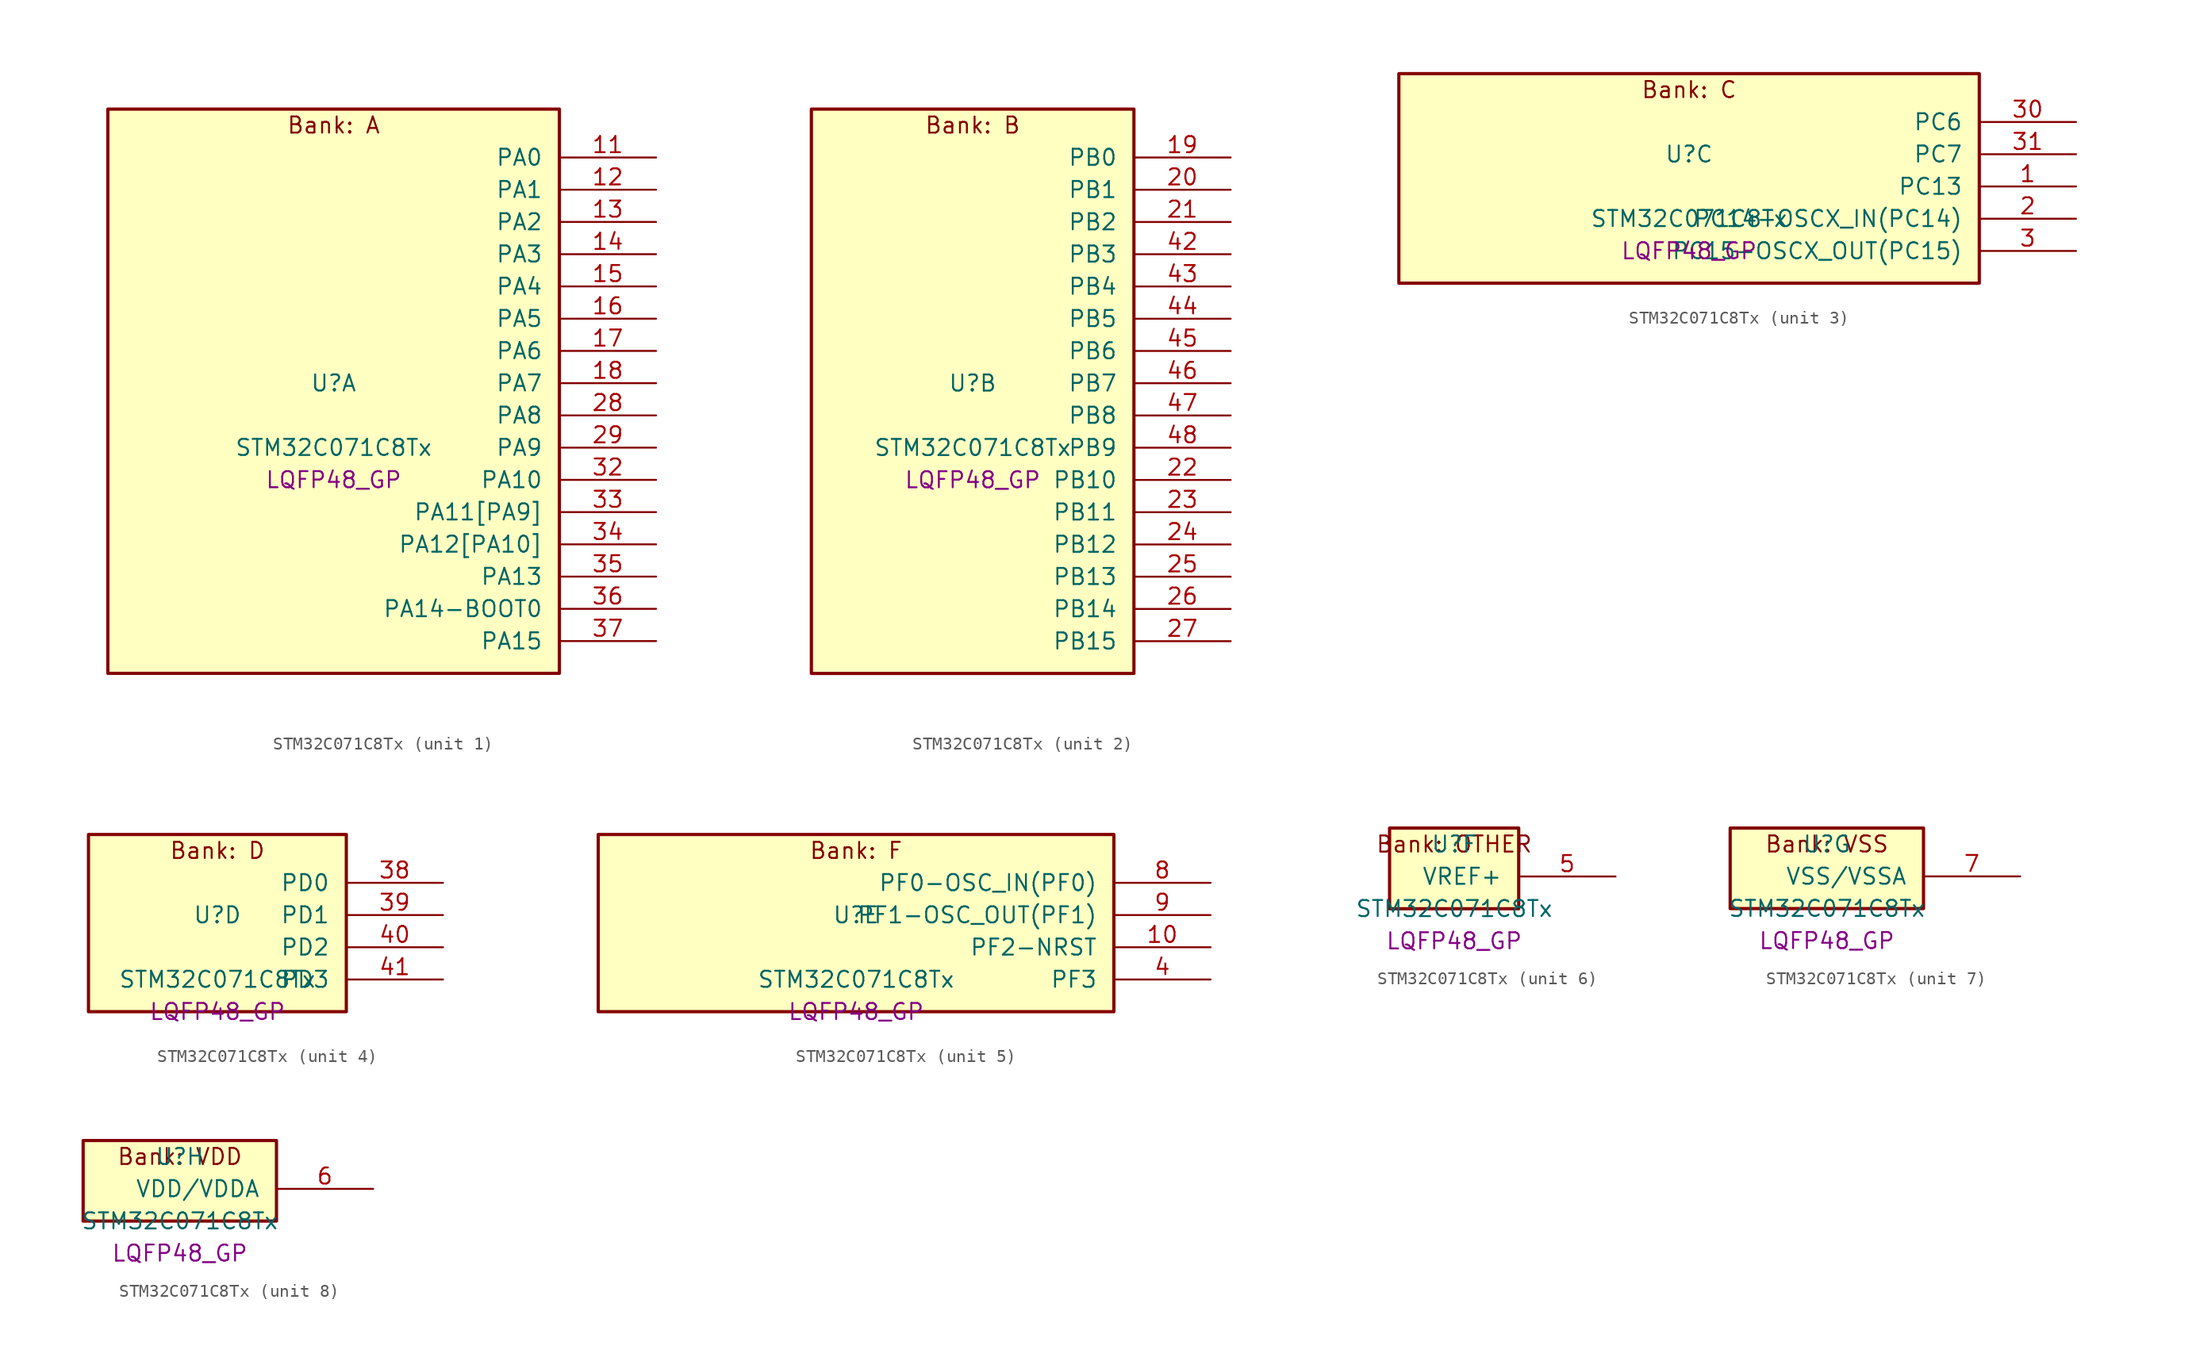
<source format=kicad_sym>
(kicad_symbol_lib
  (version 20241209)
  (generator "stm32_pkl_generator")
  (generator_version "1.0")
  (symbol "STM32C071C8Tx"
    (pin_names
      (offset 1.27))
    (property "Reference" "U"
      (at 0 2.54 0))
    (property "Value" "STM32C071C8Tx"
      (at 0 -2.54 0))
    (property "Footprint" "LQFP48_GP"
      (at 0 -5.08 0))
    (symbol "STM32C071C8Tx_1_1"
      (rectangle (start -17.78 24.13) (end 17.78 -20.32) (stroke (width 0.254) (type solid)) (fill (type background)))
      (text "Bank: A" (at 0 22.86 0))
      (pin bidirectional line (at 25.4 20.32 180) (length 7.62) (name "PA0") (number "11") (alternate "PA0/ADC1_IN0" bidirectional line) (alternate "PA0/PWR_WKUP1" bidirectional line) (alternate "PA0/SPI2_SCK" bidirectional line) (alternate "PA0/TIM16_CH1" bidirectional line) (alternate "PA0/TIM1_CH1" bidirectional line) (alternate "PA0/TIM2_CH1" bidirectional line) (alternate "PA0/TIM2_ETR" bidirectional line) (alternate "PA0/USART1_TX" bidirectional line) (alternate "PA0/USART2_CTS" bidirectional line) (alternate "PA0/USART2_NSS" bidirectional line))
      (pin bidirectional line (at 25.4 17.78 180) (length 7.62) (name "PA1") (number "12") (alternate "PA1/ADC1_IN1" bidirectional line) (alternate "PA1/I2C1_SMBA" bidirectional line) (alternate "PA1/I2S1_CK" bidirectional line) (alternate "PA1/SPI1_SCK" bidirectional line) (alternate "PA1/TIM17_CH1" bidirectional line) (alternate "PA1/TIM1_CH2" bidirectional line) (alternate "PA1/TIM2_CH2" bidirectional line) (alternate "PA1/USART1_RX" bidirectional line) (alternate "PA1/USART2_CK" bidirectional line) (alternate "PA1/USART2_DE" bidirectional line) (alternate "PA1/USART2_RTS" bidirectional line))
      (pin bidirectional line (at 25.4 15.24 180) (length 7.62) (name "PA2") (number "13") (alternate "PA2/ADC1_IN2" bidirectional line) (alternate "PA2/I2S1_SD" bidirectional line) (alternate "PA2/PWR_WKUP4" bidirectional line) (alternate "PA2/RCC_LSCO" bidirectional line) (alternate "PA2/SPI1_MOSI" bidirectional line) (alternate "PA2/TIM16_CH1N" bidirectional line) (alternate "PA2/TIM1_CH3" bidirectional line) (alternate "PA2/TIM2_CH3" bidirectional line) (alternate "PA2/TIM3_ETR" bidirectional line) (alternate "PA2/USART2_TX" bidirectional line))
      (pin bidirectional line (at 25.4 12.7 180) (length 7.62) (name "PA3") (number "14") (alternate "PA3/ADC1_IN3" bidirectional line) (alternate "PA3/SPI2_MISO" bidirectional line) (alternate "PA3/TIM1_CH1N" bidirectional line) (alternate "PA3/TIM1_CH4" bidirectional line) (alternate "PA3/TIM2_CH4" bidirectional line) (alternate "PA3/USART2_RX" bidirectional line))
      (pin bidirectional line (at 25.4 10.16 180) (length 7.62) (name "PA4") (number "15") (alternate "PA4/ADC1_IN4" bidirectional line) (alternate "PA4/I2S1_WS" bidirectional line) (alternate "PA4/RTC_OUT2" bidirectional line) (alternate "PA4/SPI1_NSS" bidirectional line) (alternate "PA4/SPI2_MOSI" bidirectional line) (alternate "PA4/TIM14_CH1" bidirectional line) (alternate "PA4/TIM17_CH1N" bidirectional line) (alternate "PA4/TIM1_CH2N" bidirectional line) (alternate "PA4/USART2_TX" bidirectional line) (alternate "PA4/USB_NOE" bidirectional line))
      (pin bidirectional line (at 25.4 7.62 180) (length 7.62) (name "PA5") (number "16") (alternate "PA5/ADC1_IN5" bidirectional line) (alternate "PA5/I2S1_CK" bidirectional line) (alternate "PA5/SPI1_SCK" bidirectional line) (alternate "PA5/TIM1_CH1" bidirectional line) (alternate "PA5/TIM1_CH3N" bidirectional line) (alternate "PA5/TIM2_CH1" bidirectional line) (alternate "PA5/TIM2_ETR" bidirectional line) (alternate "PA5/USART2_RX" bidirectional line))
      (pin bidirectional line (at 25.4 5.08 180) (length 7.62) (name "PA6") (number "17") (alternate "PA6/ADC1_IN6" bidirectional line) (alternate "PA6/I2C2_SDA" bidirectional line) (alternate "PA6/I2S1_MCK" bidirectional line) (alternate "PA6/SPI1_MISO" bidirectional line) (alternate "PA6/TIM16_CH1" bidirectional line) (alternate "PA6/TIM1_BKIN" bidirectional line) (alternate "PA6/TIM3_CH1" bidirectional line))
      (pin bidirectional line (at 25.4 2.54 180) (length 7.62) (name "PA7") (number "18") (alternate "PA7/ADC1_IN7" bidirectional line) (alternate "PA7/I2C2_SCL" bidirectional line) (alternate "PA7/I2S1_SD" bidirectional line) (alternate "PA7/SPI1_MOSI" bidirectional line) (alternate "PA7/TIM14_CH1" bidirectional line) (alternate "PA7/TIM17_CH1" bidirectional line) (alternate "PA7/TIM1_CH1N" bidirectional line) (alternate "PA7/TIM3_CH2" bidirectional line))
      (pin bidirectional line (at 25.4 0 180) (length 7.62) (name "PA8") (number "28") (alternate "PA8/ADC1_IN8" bidirectional line) (alternate "PA8/CRS_SYNC" bidirectional line) (alternate "PA8/I2S1_WS" bidirectional line) (alternate "PA8/RCC_MCO" bidirectional line) (alternate "PA8/RCC_MCO_2" bidirectional line) (alternate "PA8/SPI1_NSS" bidirectional line) (alternate "PA8/SPI2_MISO" bidirectional line) (alternate "PA8/SPI2_NSS" bidirectional line) (alternate "PA8/TIM14_CH1" bidirectional line) (alternate "PA8/TIM1_CH1" bidirectional line) (alternate "PA8/TIM1_CH2N" bidirectional line) (alternate "PA8/TIM1_CH3N" bidirectional line) (alternate "PA8/TIM3_CH3" bidirectional line) (alternate "PA8/TIM3_CH4" bidirectional line) (alternate "PA8/USART1_RX" bidirectional line) (alternate "PA8/USART2_TX" bidirectional line))
      (pin bidirectional line (at 25.4 -2.54 180) (length 7.62) (name "PA9") (number "29") (alternate "PA9/I2C1_SCL" bidirectional line) (alternate "PA9/I2C2_SCL" bidirectional line) (alternate "PA9/RCC_MCO" bidirectional line) (alternate "PA9/SPI2_MISO" bidirectional line) (alternate "PA9/TIM1_CH2" bidirectional line) (alternate "PA9/TIM3_ETR" bidirectional line) (alternate "PA9/USART1_TX" bidirectional line) (alternate "PA9/NC" bidirectional line))
      (pin bidirectional line (at 25.4 -5.08 180) (length 7.62) (name "PA10") (number "32") (alternate "PA10/I2C1_SDA" bidirectional line) (alternate "PA10/I2C2_SDA" bidirectional line) (alternate "PA10/RCC_MCO_2" bidirectional line) (alternate "PA10/SPI2_MOSI" bidirectional line) (alternate "PA10/TIM17_BKIN" bidirectional line) (alternate "PA10/TIM1_CH3" bidirectional line) (alternate "PA10/USART1_RX" bidirectional line) (alternate "PA10/NC" bidirectional line))
      (pin bidirectional line (at 25.4 -7.62 180) (length 7.62) (name "PA11[PA9]") (number "33") (alternate "PA11[PA9]/ADC1_EXTI11" bidirectional line) (alternate "PA11[PA9]/I2C2_SCL" bidirectional line) (alternate "PA11[PA9]/I2S1_MCK" bidirectional line) (alternate "PA11[PA9]/SPI1_MISO" bidirectional line) (alternate "PA11[PA9]/TIM1_BKIN2" bidirectional line) (alternate "PA11[PA9]/TIM1_CH4" bidirectional line) (alternate "PA11[PA9]/USART1_CTS" bidirectional line) (alternate "PA11[PA9]/USART1_NSS" bidirectional line) (alternate "PA11[PA9]/USB_DM" bidirectional line) (alternate "PA11[PA9]/PA9[PA11]" bidirectional line) (alternate "PA11[PA9]/I2C1_SCL" bidirectional line) (alternate "PA11[PA9]/RCC_MCO" bidirectional line) (alternate "PA11[PA9]/SPI2_MISO" bidirectional line) (alternate "PA11[PA9]/TIM1_CH2" bidirectional line) (alternate "PA11[PA9]/TIM3_ETR" bidirectional line) (alternate "PA11[PA9]/USART1_TX" bidirectional line))
      (pin bidirectional line (at 25.4 -10.16 180) (length 7.62) (name "PA12[PA10]") (number "34") (alternate "PA12[PA10]/I2C2_SDA" bidirectional line) (alternate "PA12[PA10]/I2S1_SD" bidirectional line) (alternate "PA12[PA10]/I2S_CKIN" bidirectional line) (alternate "PA12[PA10]/SPI1_MOSI" bidirectional line) (alternate "PA12[PA10]/TIM1_ETR" bidirectional line) (alternate "PA12[PA10]/USART1_CK" bidirectional line) (alternate "PA12[PA10]/USART1_DE" bidirectional line) (alternate "PA12[PA10]/USART1_RTS" bidirectional line) (alternate "PA12[PA10]/USB_DP" bidirectional line) (alternate "PA12[PA10]/PA10[PA12]" bidirectional line) (alternate "PA12[PA10]/I2C1_SDA" bidirectional line) (alternate "PA12[PA10]/RCC_MCO_2" bidirectional line) (alternate "PA12[PA10]/SPI2_MOSI" bidirectional line) (alternate "PA12[PA10]/TIM17_BKIN" bidirectional line) (alternate "PA12[PA10]/TIM1_CH3" bidirectional line) (alternate "PA12[PA10]/USART1_RX" bidirectional line))
      (pin bidirectional line (at 25.4 -12.7 180) (length 7.62) (name "PA13") (number "35") (alternate "PA13/ADC1_IN13" bidirectional line) (alternate "PA13/DEBUG_SWDIO" bidirectional line) (alternate "PA13/IR_OUT" bidirectional line) (alternate "PA13/TIM3_ETR" bidirectional line) (alternate "PA13/USART2_RX" bidirectional line) (alternate "PA13/USB_NOE" bidirectional line))
      (pin bidirectional line (at 25.4 -15.24 180) (length 7.62) (name "PA14-BOOT0") (number "36") (alternate "PA14-BOOT0/ADC1_IN14" bidirectional line) (alternate "PA14-BOOT0/DEBUG_SWCLK" bidirectional line) (alternate "PA14-BOOT0/I2S1_WS" bidirectional line) (alternate "PA14-BOOT0/RCC_MCO_2" bidirectional line) (alternate "PA14-BOOT0/SPI1_NSS" bidirectional line) (alternate "PA14-BOOT0/TIM1_CH1" bidirectional line) (alternate "PA14-BOOT0/USART1_CK" bidirectional line) (alternate "PA14-BOOT0/USART1_DE" bidirectional line) (alternate "PA14-BOOT0/USART1_RTS" bidirectional line) (alternate "PA14-BOOT0/USART2_RX" bidirectional line) (alternate "PA14-BOOT0/USART2_TX" bidirectional line))
      (pin bidirectional line (at 25.4 -17.78 180) (length 7.62) (name "PA15") (number "37") (alternate "PA15/I2S1_WS" bidirectional line) (alternate "PA15/RCC_MCO_2" bidirectional line) (alternate "PA15/SPI1_NSS" bidirectional line) (alternate "PA15/TIM1_CH1" bidirectional line) (alternate "PA15/TIM2_CH1" bidirectional line) (alternate "PA15/TIM2_ETR" bidirectional line) (alternate "PA15/USART1_CK" bidirectional line) (alternate "PA15/USART1_DE" bidirectional line) (alternate "PA15/USART1_RTS" bidirectional line) (alternate "PA15/USART2_RX" bidirectional line) (alternate "PA15/USB_NOE" bidirectional line)))
    (symbol "STM32C071C8Tx_2_1"
      (rectangle (start -12.7 24.13) (end 12.7 -20.32) (stroke (width 0.254) (type solid)) (fill (type background)))
      (text "Bank: B" (at 0 22.86 0))
      (pin bidirectional line (at 20.32 20.32 180) (length 7.62) (name "PB0") (number "19") (alternate "PB0/ADC1_IN17" bidirectional line) (alternate "PB0/I2S1_WS" bidirectional line) (alternate "PB0/SPI1_NSS" bidirectional line) (alternate "PB0/TIM1_CH2N" bidirectional line) (alternate "PB0/TIM3_CH3" bidirectional line))
      (pin bidirectional line (at 20.32 17.78 180) (length 7.62) (name "PB1") (number "20") (alternate "PB1/ADC1_IN18" bidirectional line) (alternate "PB1/TIM14_CH1" bidirectional line) (alternate "PB1/TIM1_CH2N" bidirectional line) (alternate "PB1/TIM1_CH3N" bidirectional line) (alternate "PB1/TIM3_CH4" bidirectional line))
      (pin bidirectional line (at 20.32 15.24 180) (length 7.62) (name "PB2") (number "21") (alternate "PB2/ADC1_IN19" bidirectional line) (alternate "PB2/RCC_MCO_2" bidirectional line) (alternate "PB2/SPI2_MISO" bidirectional line) (alternate "PB2/USART1_RX" bidirectional line))
      (pin bidirectional line (at 20.32 12.7 180) (length 7.62) (name "PB3") (number "42") (alternate "PB3/I2C2_SCL" bidirectional line) (alternate "PB3/I2S1_CK" bidirectional line) (alternate "PB3/SPI1_SCK" bidirectional line) (alternate "PB3/TIM1_CH2" bidirectional line) (alternate "PB3/TIM2_CH2" bidirectional line) (alternate "PB3/TIM3_CH2" bidirectional line) (alternate "PB3/USART1_CK" bidirectional line) (alternate "PB3/USART1_DE" bidirectional line) (alternate "PB3/USART1_RTS" bidirectional line))
      (pin bidirectional line (at 20.32 10.16 180) (length 7.62) (name "PB4") (number "43") (alternate "PB4/I2C2_SDA" bidirectional line) (alternate "PB4/I2S1_MCK" bidirectional line) (alternate "PB4/SPI1_MISO" bidirectional line) (alternate "PB4/TIM17_BKIN" bidirectional line) (alternate "PB4/TIM3_CH1" bidirectional line) (alternate "PB4/USART1_CTS" bidirectional line) (alternate "PB4/USART1_NSS" bidirectional line))
      (pin bidirectional line (at 20.32 7.62 180) (length 7.62) (name "PB5") (number "44") (alternate "PB5/I2C1_SMBA" bidirectional line) (alternate "PB5/I2S1_SD" bidirectional line) (alternate "PB5/PWR_WKUP6" bidirectional line) (alternate "PB5/SPI1_MOSI" bidirectional line) (alternate "PB5/TIM16_BKIN" bidirectional line) (alternate "PB5/TIM3_CH2" bidirectional line) (alternate "PB5/TIM3_CH3" bidirectional line))
      (pin bidirectional line (at 20.32 5.08 180) (length 7.62) (name "PB6") (number "45") (alternate "PB6/I2C1_SCL" bidirectional line) (alternate "PB6/I2C1_SMBA" bidirectional line) (alternate "PB6/I2S1_CK" bidirectional line) (alternate "PB6/I2S1_MCK" bidirectional line) (alternate "PB6/I2S1_SD" bidirectional line) (alternate "PB6/PWR_WKUP3" bidirectional line) (alternate "PB6/SPI1_MISO" bidirectional line) (alternate "PB6/SPI1_MOSI" bidirectional line) (alternate "PB6/SPI1_SCK" bidirectional line) (alternate "PB6/SPI2_MISO" bidirectional line) (alternate "PB6/TIM16_BKIN" bidirectional line) (alternate "PB6/TIM16_CH1N" bidirectional line) (alternate "PB6/TIM17_BKIN" bidirectional line) (alternate "PB6/TIM1_CH2" bidirectional line) (alternate "PB6/TIM1_CH3" bidirectional line) (alternate "PB6/TIM3_CH1" bidirectional line) (alternate "PB6/TIM3_CH2" bidirectional line) (alternate "PB6/TIM3_CH3" bidirectional line) (alternate "PB6/USART1_CTS" bidirectional line) (alternate "PB6/USART1_NSS" bidirectional line) (alternate "PB6/USART1_TX" bidirectional line))
      (pin bidirectional line (at 20.32 2.54 180) (length 7.62) (name "PB7") (number "46") (alternate "PB7/I2C1_SCL" bidirectional line) (alternate "PB7/I2C1_SDA" bidirectional line) (alternate "PB7/SPI2_MOSI" bidirectional line) (alternate "PB7/TIM16_CH1" bidirectional line) (alternate "PB7/TIM17_CH1N" bidirectional line) (alternate "PB7/TIM1_CH4" bidirectional line) (alternate "PB7/TIM3_CH1" bidirectional line) (alternate "PB7/TIM3_CH4" bidirectional line) (alternate "PB7/USART1_RX" bidirectional line) (alternate "PB7/USART2_CTS" bidirectional line) (alternate "PB7/USART2_NSS" bidirectional line))
      (pin bidirectional line (at 20.32 0 180) (length 7.62) (name "PB8") (number "47") (alternate "PB8/I2C1_SCL" bidirectional line) (alternate "PB8/SPI2_SCK" bidirectional line) (alternate "PB8/TIM16_CH1" bidirectional line) (alternate "PB8/TIM3_CH1" bidirectional line) (alternate "PB8/USART2_CTS" bidirectional line) (alternate "PB8/USART2_NSS" bidirectional line))
      (pin bidirectional line (at 20.32 -2.54 180) (length 7.62) (name "PB9") (number "48") (alternate "PB9/I2C1_SDA" bidirectional line) (alternate "PB9/IR_OUT" bidirectional line) (alternate "PB9/SPI2_NSS" bidirectional line) (alternate "PB9/TIM17_CH1" bidirectional line) (alternate "PB9/TIM3_CH2" bidirectional line) (alternate "PB9/USART2_CK" bidirectional line) (alternate "PB9/USART2_DE" bidirectional line) (alternate "PB9/USART2_RTS" bidirectional line))
      (pin bidirectional line (at 20.32 -5.08 180) (length 7.62) (name "PB10") (number "22") (alternate "PB10/ADC1_IN20" bidirectional line) (alternate "PB10/I2C2_SCL" bidirectional line) (alternate "PB10/SPI2_SCK" bidirectional line) (alternate "PB10/TIM2_CH3" bidirectional line))
      (pin bidirectional line (at 20.32 -7.62 180) (length 7.62) (name "PB11") (number "23") (alternate "PB11/ADC1_EXTI11" bidirectional line) (alternate "PB11/ADC1_IN21" bidirectional line) (alternate "PB11/I2C2_SDA" bidirectional line) (alternate "PB11/SPI2_MOSI" bidirectional line) (alternate "PB11/TIM2_CH4" bidirectional line))
      (pin bidirectional line (at 20.32 -10.16 180) (length 7.62) (name "PB12") (number "24") (alternate "PB12/ADC1_IN22" bidirectional line) (alternate "PB12/SPI2_NSS" bidirectional line) (alternate "PB12/TIM1_BKIN" bidirectional line) (alternate "PB12/TIM1_BKIN2" bidirectional line))
      (pin bidirectional line (at 20.32 -12.7 180) (length 7.62) (name "PB13") (number "25") (alternate "PB13/I2C2_SCL" bidirectional line) (alternate "PB13/SPI2_SCK" bidirectional line) (alternate "PB13/TIM1_CH1N" bidirectional line))
      (pin bidirectional line (at 20.32 -15.24 180) (length 7.62) (name "PB14") (number "26") (alternate "PB14/I2C2_SDA" bidirectional line) (alternate "PB14/SPI2_MISO" bidirectional line) (alternate "PB14/TIM1_CH2N" bidirectional line))
      (pin bidirectional line (at 20.32 -17.78 180) (length 7.62) (name "PB15") (number "27") (alternate "PB15/RTC_REFIN" bidirectional line) (alternate "PB15/SPI2_MOSI" bidirectional line) (alternate "PB15/TIM1_CH3N" bidirectional line)))
    (symbol "STM32C071C8Tx_3_1"
      (rectangle (start -22.86 8.89) (end 22.86 -7.62) (stroke (width 0.254) (type solid)) (fill (type background)))
      (text "Bank: C" (at 0 7.62 0))
      (pin bidirectional line (at 30.48 5.08 180) (length 7.62) (name "PC6") (number "30") (alternate "PC6/TIM2_CH3" bidirectional line) (alternate "PC6/TIM3_CH1" bidirectional line))
      (pin bidirectional line (at 30.48 2.54 180) (length 7.62) (name "PC7") (number "31") (alternate "PC7/TIM2_CH4" bidirectional line) (alternate "PC7/TIM3_CH2" bidirectional line))
      (pin bidirectional line (at 30.48 0 180) (length 7.62) (name "PC13") (number "1") (alternate "PC13/PWR_WKUP2" bidirectional line) (alternate "PC13/RTC_OUT1" bidirectional line) (alternate "PC13/RTC_TS" bidirectional line) (alternate "PC13/TIM1_BKIN" bidirectional line) (alternate "PC13/TIM1_ETR" bidirectional line))
      (pin bidirectional line (at 30.48 -2.54 180) (length 7.62) (name "PC14-OSCX_IN(PC14)") (number "2") (alternate "PC14-OSCX_IN(PC14)/I2C1_SDA" bidirectional line) (alternate "PC14-OSCX_IN(PC14)/IR_OUT" bidirectional line) (alternate "PC14-OSCX_IN(PC14)/RCC_OSCX_IN" bidirectional line) (alternate "PC14-OSCX_IN(PC14)/SPI2_NSS" bidirectional line) (alternate "PC14-OSCX_IN(PC14)/TIM17_CH1" bidirectional line) (alternate "PC14-OSCX_IN(PC14)/TIM1_BKIN2" bidirectional line) (alternate "PC14-OSCX_IN(PC14)/TIM1_ETR" bidirectional line) (alternate "PC14-OSCX_IN(PC14)/TIM3_CH2" bidirectional line) (alternate "PC14-OSCX_IN(PC14)/USART1_TX" bidirectional line) (alternate "PC14-OSCX_IN(PC14)/USART2_CK" bidirectional line) (alternate "PC14-OSCX_IN(PC14)/USART2_DE" bidirectional line) (alternate "PC14-OSCX_IN(PC14)/USART2_RTS" bidirectional line))
      (pin bidirectional line (at 30.48 -5.08 180) (length 7.62) (name "PC15-OSCX_OUT(PC15)") (number "3") (alternate "PC15-OSCX_OUT(PC15)/RCC_OSC32_EN" bidirectional line) (alternate "PC15-OSCX_OUT(PC15)/RCC_OSCX_OUT" bidirectional line) (alternate "PC15-OSCX_OUT(PC15)/RCC_OSC_EN" bidirectional line) (alternate "PC15-OSCX_OUT(PC15)/TIM1_ETR" bidirectional line) (alternate "PC15-OSCX_OUT(PC15)/TIM3_CH3" bidirectional line)))
    (symbol "STM32C071C8Tx_4_1"
      (rectangle (start -10.16 8.89) (end 10.16 -5.08) (stroke (width 0.254) (type solid)) (fill (type background)))
      (text "Bank: D" (at 0 7.62 0))
      (pin bidirectional line (at 17.78 5.08 180) (length 7.62) (name "PD0") (number "38") (alternate "PD0/SPI2_NSS" bidirectional line) (alternate "PD0/TIM16_CH1" bidirectional line))
      (pin bidirectional line (at 17.78 2.54 180) (length 7.62) (name "PD1") (number "39") (alternate "PD1/SPI2_SCK" bidirectional line) (alternate "PD1/TIM17_CH1" bidirectional line))
      (pin bidirectional line (at 17.78 0 180) (length 7.62) (name "PD2") (number "40") (alternate "PD2/TIM1_CH1N" bidirectional line) (alternate "PD2/TIM3_ETR" bidirectional line))
      (pin bidirectional line (at 17.78 -2.54 180) (length 7.62) (name "PD3") (number "41") (alternate "PD3/SPI2_MISO" bidirectional line) (alternate "PD3/TIM1_CH2N" bidirectional line) (alternate "PD3/USART2_CTS" bidirectional line) (alternate "PD3/USART2_NSS" bidirectional line)))
    (symbol "STM32C071C8Tx_5_1"
      (rectangle (start -20.32 8.89) (end 20.32 -5.08) (stroke (width 0.254) (type solid)) (fill (type background)))
      (text "Bank: F" (at 0 7.62 0))
      (pin bidirectional line (at 27.94 5.08 180) (length 7.62) (name "PF0-OSC_IN(PF0)") (number "8") (alternate "PF0-OSC_IN(PF0)/CRS_SYNC" bidirectional line) (alternate "PF0-OSC_IN(PF0)/RCC_OSC_IN" bidirectional line) (alternate "PF0-OSC_IN(PF0)/TIM14_CH1" bidirectional line))
      (pin bidirectional line (at 27.94 2.54 180) (length 7.62) (name "PF1-OSC_OUT(PF1)") (number "9") (alternate "PF1-OSC_OUT(PF1)/RCC_OSC_EN" bidirectional line) (alternate "PF1-OSC_OUT(PF1)/RCC_OSC_OUT" bidirectional line))
      (pin bidirectional line (at 27.94 0 180) (length 7.62) (name "PF2-NRST") (number "10") (alternate "PF2-NRST/RCC_MCO" bidirectional line) (alternate "PF2-NRST/TIM1_CH4" bidirectional line))
      (pin bidirectional line (at 27.94 -2.54 180) (length 7.62) (name "PF3") (number "4")))
    (symbol "STM32C071C8Tx_6_1"
      (rectangle (start -5.08 3.81) (end 5.08 -2.54) (stroke (width 0.254) (type solid)) (fill (type background)))
      (text "Bank: OTHER" (at 0 2.54 0))
      (pin bidirectional line (at 12.7 0 180) (length 7.62) (name "VREF+") (number "5")))
    (symbol "STM32C071C8Tx_7_1"
      (rectangle (start -7.62 3.81) (end 7.62 -2.54) (stroke (width 0.254) (type solid)) (fill (type background)))
      (text "Bank: VSS" (at 0 2.54 0))
      (pin power_in line (at 15.24 0 180) (length 7.62) (name "VSS/VSSA") (number "7")))
    (symbol "STM32C071C8Tx_8_1"
      (rectangle (start -7.62 3.81) (end 7.62 -2.54) (stroke (width 0.254) (type solid)) (fill (type background)))
      (text "Bank: VDD" (at 0 2.54 0))
      (pin power_in line (at 15.24 0 180) (length 7.62) (name "VDD/VDDA") (number "6")))))
</source>
